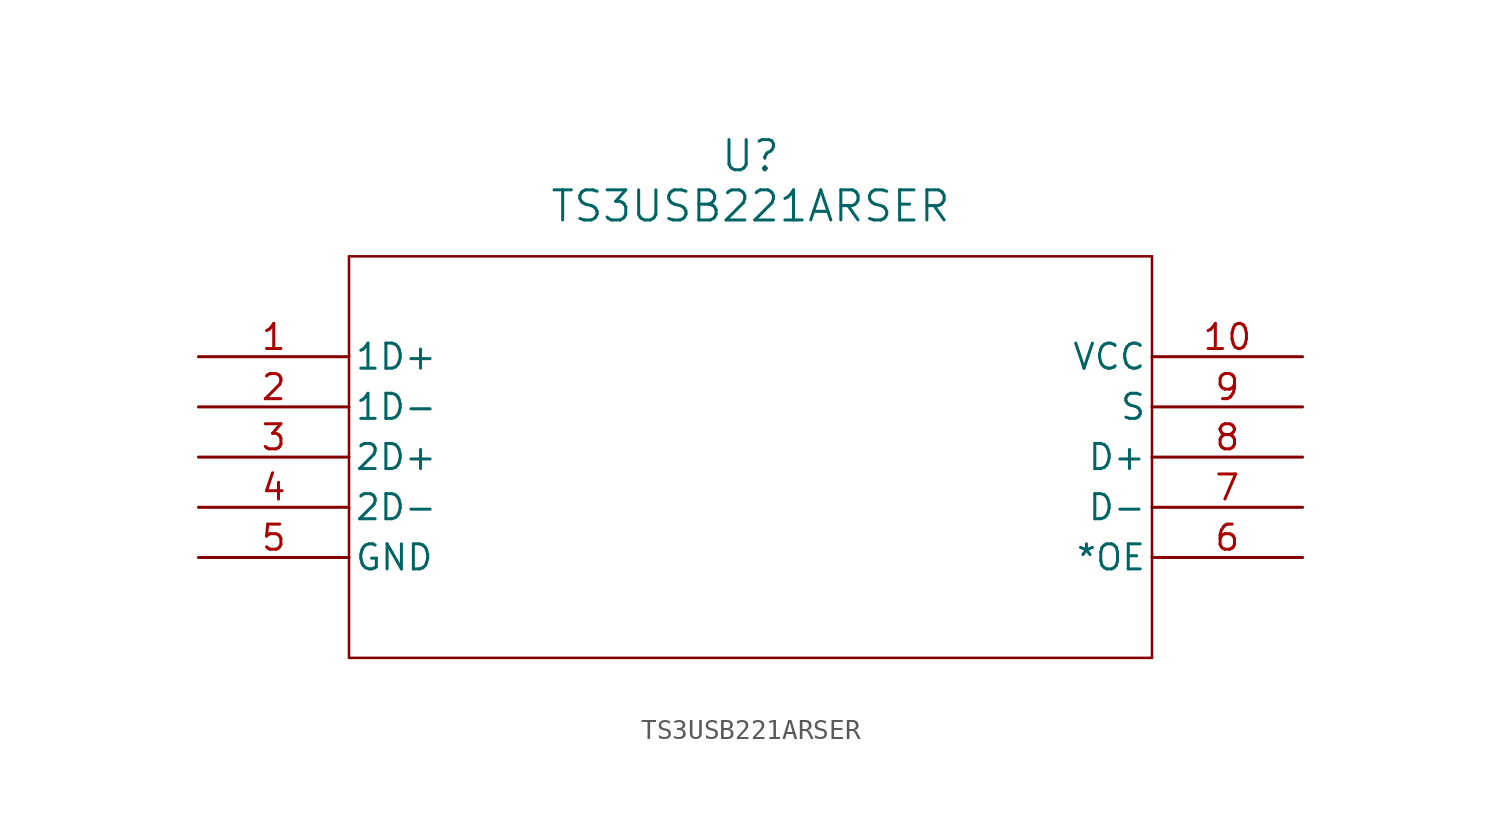
<source format=kicad_sym>
(kicad_symbol_lib
  (version 20211014)
  (generator kicad_symbol_editor)
  (symbol "TS3USB221ARSER"
    (pin_names
      (offset 0.254))
    (property "Reference" "U"
      (at 27.94 10.16 0)
      (effects (font (size 1.524 1.524))))
    (property "Value" "TS3USB221ARSER"
      (at 27.94 7.62 0)
      (effects (font (size 1.524 1.524))))
    (symbol "TS3USB221ARSER_0_1"
      (polyline (pts (xy 7.62 5.08) (xy 7.62 -15.24)) (stroke (width 0.127) (type default) (color 0 0 0 0)) (fill (type none)))
      (polyline (pts (xy 7.62 -15.24) (xy 48.26 -15.24)) (stroke (width 0.127) (type default) (color 0 0 0 0)) (fill (type none)))
      (polyline (pts (xy 48.26 -15.24) (xy 48.26 5.08)) (stroke (width 0.127) (type default) (color 0 0 0 0)) (fill (type none)))
      (polyline (pts (xy 48.26 5.08) (xy 7.62 5.08)) (stroke (width 0.127) (type default) (color 0 0 0 0)) (fill (type none)))
      (pin unspecified line (at 0 0 0) (length 7.62) (name "1D+" (effects (font (size 1.27 1.27)))) (number "1" (effects (font (size 1.27 1.27)))))
      (pin unspecified line (at 0 -2.54 0) (length 7.62) (name "1D-" (effects (font (size 1.27 1.27)))) (number "2" (effects (font (size 1.27 1.27)))))
      (pin unspecified line (at 0 -5.08 0) (length 7.62) (name "2D+" (effects (font (size 1.27 1.27)))) (number "3" (effects (font (size 1.27 1.27)))))
      (pin unspecified line (at 0 -7.62 0) (length 7.62) (name "2D-" (effects (font (size 1.27 1.27)))) (number "4" (effects (font (size 1.27 1.27)))))
      (pin power_in line (at 0 -10.16 0) (length 7.62) (name "GND" (effects (font (size 1.27 1.27)))) (number "5" (effects (font (size 1.27 1.27)))))
      (pin unspecified line (at 55.88 -10.16 180) (length 7.62) (name "*OE" (effects (font (size 1.27 1.27)))) (number "6" (effects (font (size 1.27 1.27)))))
      (pin unspecified line (at 55.88 -7.62 180) (length 7.62) (name "D-" (effects (font (size 1.27 1.27)))) (number "7" (effects (font (size 1.27 1.27)))))
      (pin unspecified line (at 55.88 -5.08 180) (length 7.62) (name "D+" (effects (font (size 1.27 1.27)))) (number "8" (effects (font (size 1.27 1.27)))))
      (pin unspecified line (at 55.88 -2.54 180) (length 7.62) (name "S" (effects (font (size 1.27 1.27)))) (number "9" (effects (font (size 1.27 1.27)))))
      (pin power_in line (at 55.88 0 180) (length 7.62) (name "VCC" (effects (font (size 1.27 1.27)))) (number "10" (effects (font (size 1.27 1.27))))))))
</source>
